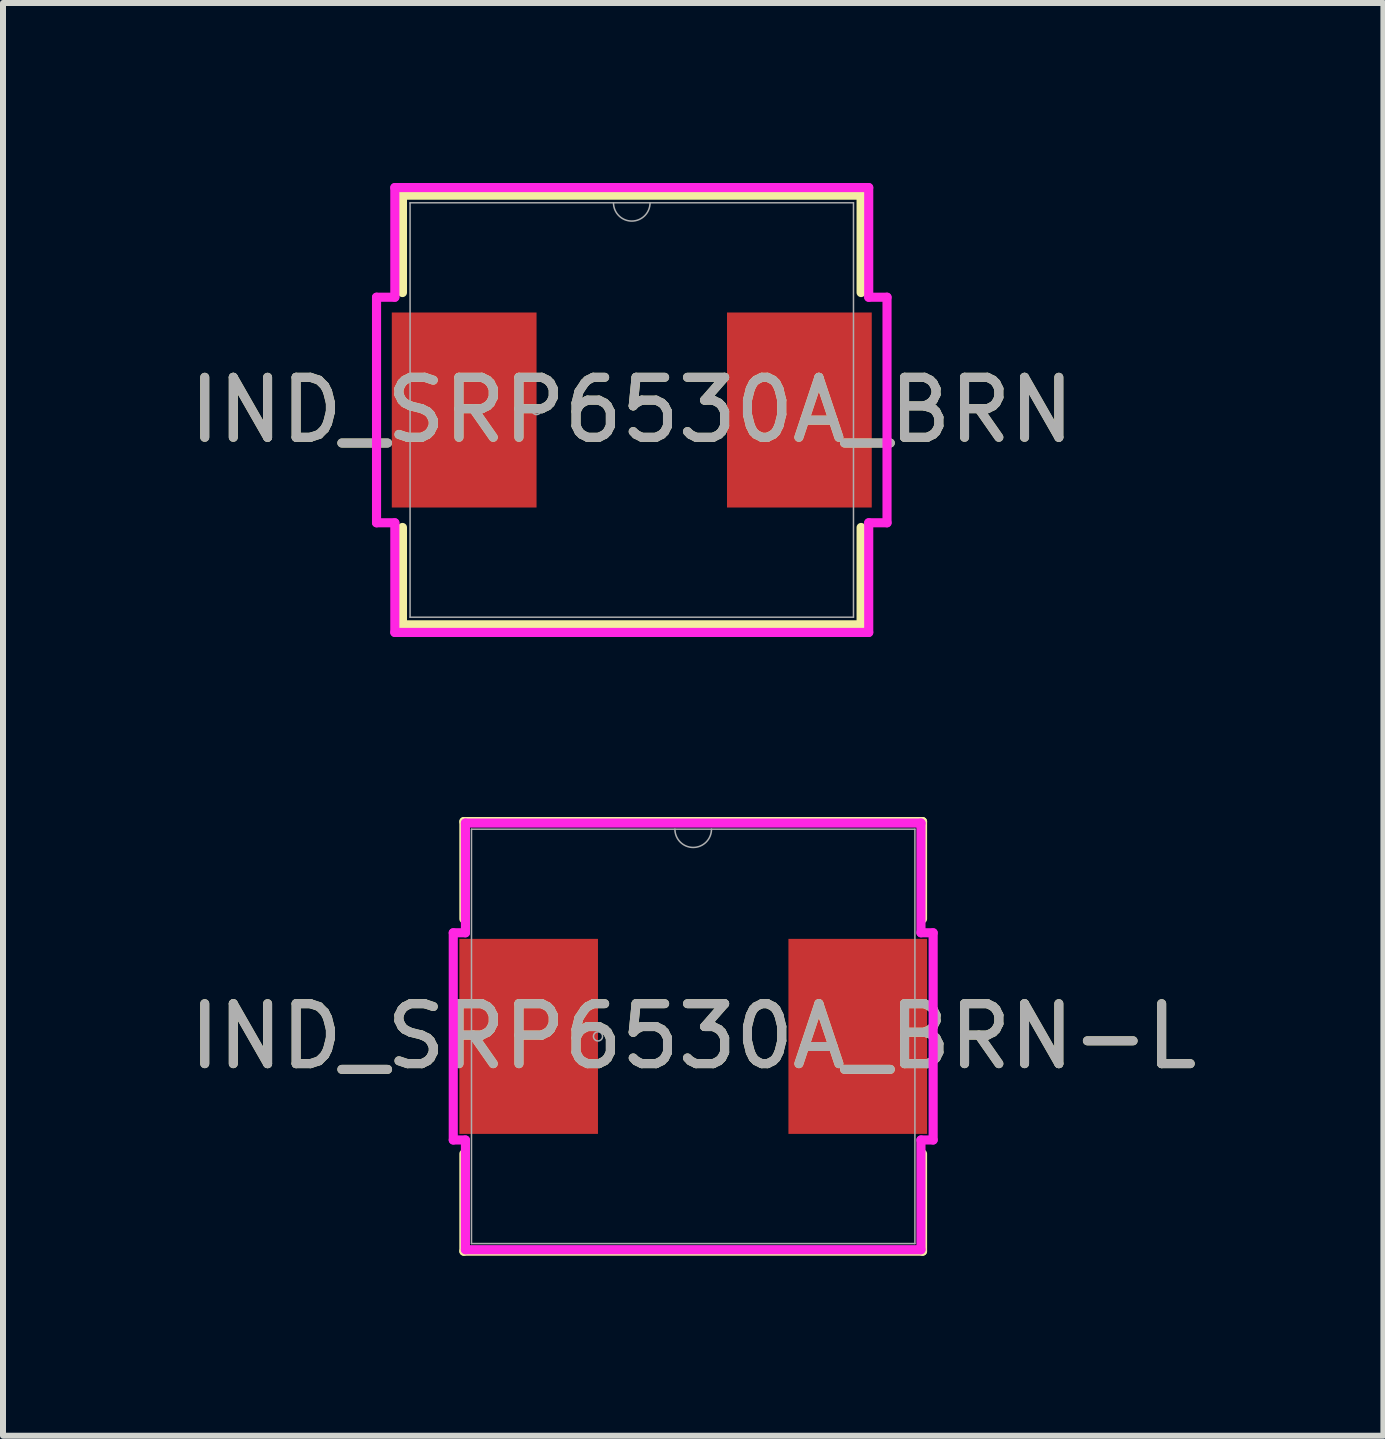
<source format=kicad_pcb>
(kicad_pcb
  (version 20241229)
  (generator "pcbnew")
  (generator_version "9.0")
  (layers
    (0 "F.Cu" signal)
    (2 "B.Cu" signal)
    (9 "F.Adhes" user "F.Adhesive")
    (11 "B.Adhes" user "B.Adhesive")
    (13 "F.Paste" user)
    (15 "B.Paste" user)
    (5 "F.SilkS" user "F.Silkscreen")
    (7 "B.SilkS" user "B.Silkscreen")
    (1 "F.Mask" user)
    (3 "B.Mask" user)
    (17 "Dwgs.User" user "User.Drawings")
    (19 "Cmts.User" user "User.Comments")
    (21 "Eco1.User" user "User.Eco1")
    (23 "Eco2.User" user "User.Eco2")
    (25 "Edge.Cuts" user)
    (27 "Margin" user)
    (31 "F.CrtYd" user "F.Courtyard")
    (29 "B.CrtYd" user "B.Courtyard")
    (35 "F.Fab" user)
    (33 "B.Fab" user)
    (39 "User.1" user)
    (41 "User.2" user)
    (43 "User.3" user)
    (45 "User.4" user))
  (footprint "IND_SRP6530A_BRN-L"
    (layer "F.Cu")
    (at 8.506 14.227)
    (property "Reference" "IND_SRP6530A_BRN-L" (at 0 0 0) (unlocked yes) (layer "F.SilkS") (effects (font (size 1 1) (thickness 0.15))))
    (attr smd)
    (fp_line (start -3.823 -3.581) (end -3.823 -1.958) (stroke (width 0.152) (type solid)) (layer "F.SilkS"))
    (fp_line (start -3.823 1.958) (end -3.823 3.581) (stroke (width 0.152) (type solid)) (layer "F.SilkS"))
    (fp_line (start -3.823 3.581) (end 3.823 3.581) (stroke (width 0.152) (type solid)) (layer "F.SilkS"))
    (fp_line (start 3.823 -3.581) (end -3.823 -3.581) (stroke (width 0.152) (type solid)) (layer "F.SilkS"))
    (fp_line (start 3.823 -1.958) (end 3.823 -3.581) (stroke (width 0.152) (type solid)) (layer "F.SilkS"))
    (fp_line (start 3.823 3.581) (end 3.823 1.958) (stroke (width 0.152) (type solid)) (layer "F.SilkS"))
    (fp_line (start -4 -1.727) (end -3.797 -1.727) (stroke (width 0.152) (type solid)) (layer "F.CrtYd"))
    (fp_line (start -4 1.727) (end -4 -1.727) (stroke (width 0.152) (type solid)) (layer "F.CrtYd"))
    (fp_line (start -4 1.727) (end -3.797 1.727) (stroke (width 0.152) (type solid)) (layer "F.CrtYd"))
    (fp_line (start -3.797 -3.556) (end 3.797 -3.556) (stroke (width 0.152) (type solid)) (layer "F.CrtYd"))
    (fp_line (start -3.797 -1.727) (end -3.797 -3.556) (stroke (width 0.152) (type solid)) (layer "F.CrtYd"))
    (fp_line (start -3.797 3.556) (end -3.797 1.727) (stroke (width 0.152) (type solid)) (layer "F.CrtYd"))
    (fp_line (start 3.797 -3.556) (end 3.797 -1.727) (stroke (width 0.152) (type solid)) (layer "F.CrtYd"))
    (fp_line (start 3.797 1.727) (end 3.797 3.556) (stroke (width 0.152) (type solid)) (layer "F.CrtYd"))
    (fp_line (start 3.797 3.556) (end -3.797 3.556) (stroke (width 0.152) (type solid)) (layer "F.CrtYd"))
    (fp_line (start 4 -1.727) (end 3.797 -1.727) (stroke (width 0.152) (type solid)) (layer "F.CrtYd"))
    (fp_line (start 4 -1.727) (end 4 1.727) (stroke (width 0.152) (type solid)) (layer "F.CrtYd"))
    (fp_line (start 4 1.727) (end 3.797 1.727) (stroke (width 0.152) (type solid)) (layer "F.CrtYd"))
    (fp_line (start -3.696 -3.454) (end -3.696 3.454) (stroke (width 0.025) (type solid)) (layer "F.Fab"))
    (fp_line (start -3.696 3.454) (end 3.696 3.454) (stroke (width 0.025) (type solid)) (layer "F.Fab"))
    (fp_line (start 3.696 -3.454) (end -3.696 -3.454) (stroke (width 0.025) (type solid)) (layer "F.Fab"))
    (fp_line (start 3.696 3.454) (end 3.696 -3.454) (stroke (width 0.025) (type solid)) (layer "F.Fab"))
    (fp_arc (start 0.3048 -3.4544) (mid 0 -3.1496) (end -0.3048 -3.4544) (stroke (width 0.0254) (type solid)) (layer "F.Fab"))
    (fp_circle (center -1.587 0) (end -1.511 0) (stroke (width 0.025) (type solid)) (fill no) (layer "F.Fab"))
    (fp_text user "${REFERENCE}" (at 0 0 0) (unlocked yes) (layer "F.Fab") (effects (font (size 1 1) (thickness 0.15))))
    (pad "1" smd rect (at -2.743 0) (size 2.311 3.251) (layers "F.Cu" "F.Mask" "F.Paste"))
    (pad "2" smd rect (at 2.743 0) (size 2.311 3.251) (layers "F.Cu" "F.Mask" "F.Paste")))
  (footprint "IND_SRP6530A_BRN"
    (layer "F.Cu")
    (at 7.482 3.785)
    (property "Reference" "IND_SRP6530A_BRN" (at 0 0 0) (unlocked yes) (layer "F.SilkS") (effects (font (size 1 1) (thickness 0.15))))
    (attr smd)
    (fp_line (start -3.823 -3.581) (end -3.823 -1.958) (stroke (width 0.152) (type solid)) (layer "F.SilkS"))
    (fp_line (start -3.823 1.958) (end -3.823 3.581) (stroke (width 0.152) (type solid)) (layer "F.SilkS"))
    (fp_line (start -3.823 3.581) (end 3.823 3.581) (stroke (width 0.152) (type solid)) (layer "F.SilkS"))
    (fp_line (start 3.823 -3.581) (end -3.823 -3.581) (stroke (width 0.152) (type solid)) (layer "F.SilkS"))
    (fp_line (start 3.823 -1.958) (end 3.823 -3.581) (stroke (width 0.152) (type solid)) (layer "F.SilkS"))
    (fp_line (start 3.823 3.581) (end 3.823 1.958) (stroke (width 0.152) (type solid)) (layer "F.SilkS"))
    (fp_line (start -4.255 -1.88) (end -3.95 -1.88) (stroke (width 0.152) (type solid)) (layer "F.CrtYd"))
    (fp_line (start -4.255 1.88) (end -4.255 -1.88) (stroke (width 0.152) (type solid)) (layer "F.CrtYd"))
    (fp_line (start -4.255 1.88) (end -3.95 1.88) (stroke (width 0.152) (type solid)) (layer "F.CrtYd"))
    (fp_line (start -3.95 -3.708) (end 3.95 -3.708) (stroke (width 0.152) (type solid)) (layer "F.CrtYd"))
    (fp_line (start -3.95 -1.88) (end -3.95 -3.708) (stroke (width 0.152) (type solid)) (layer "F.CrtYd"))
    (fp_line (start -3.95 3.708) (end -3.95 1.88) (stroke (width 0.152) (type solid)) (layer "F.CrtYd"))
    (fp_line (start 3.95 -3.708) (end 3.95 -1.88) (stroke (width 0.152) (type solid)) (layer "F.CrtYd"))
    (fp_line (start 3.95 1.88) (end 3.95 3.708) (stroke (width 0.152) (type solid)) (layer "F.CrtYd"))
    (fp_line (start 3.95 3.708) (end -3.95 3.708) (stroke (width 0.152) (type solid)) (layer "F.CrtYd"))
    (fp_line (start 4.255 -1.88) (end 3.95 -1.88) (stroke (width 0.152) (type solid)) (layer "F.CrtYd"))
    (fp_line (start 4.255 -1.88) (end 4.255 1.88) (stroke (width 0.152) (type solid)) (layer "F.CrtYd"))
    (fp_line (start 4.255 1.88) (end 3.95 1.88) (stroke (width 0.152) (type solid)) (layer "F.CrtYd"))
    (fp_line (start -3.696 -3.454) (end -3.696 3.454) (stroke (width 0.025) (type solid)) (layer "F.Fab"))
    (fp_line (start -3.696 3.454) (end 3.696 3.454) (stroke (width 0.025) (type solid)) (layer "F.Fab"))
    (fp_line (start 3.696 -3.454) (end -3.696 -3.454) (stroke (width 0.025) (type solid)) (layer "F.Fab"))
    (fp_line (start 3.696 3.454) (end 3.696 -3.454) (stroke (width 0.025) (type solid)) (layer "F.Fab"))
    (fp_arc (start 0.3048 -3.4544) (mid 0 -3.1496) (end -0.3048 -3.4544) (stroke (width 0.0254) (type solid)) (layer "F.Fab"))
    (fp_circle (center -1.587 0) (end -1.511 0) (stroke (width 0.025) (type solid)) (fill no) (layer "F.Fab"))
    (fp_text user "${REFERENCE}" (at 0 0 0) (unlocked yes) (layer "F.Fab") (effects (font (size 1 1) (thickness 0.15))))
    (pad "1" smd rect (at -2.794 0) (size 2.413 3.251) (layers "F.Cu" "F.Mask" "F.Paste"))
    (pad "2" smd rect (at 2.794 0) (size 2.413 3.251) (layers "F.Cu" "F.Mask" "F.Paste")))
  (gr_rect
    (start -3 -3)
    (end 20.012 20.884)
    (stroke (width 0.1) (type default))
    (fill no)
    (layer "Edge.Cuts")))
</source>
